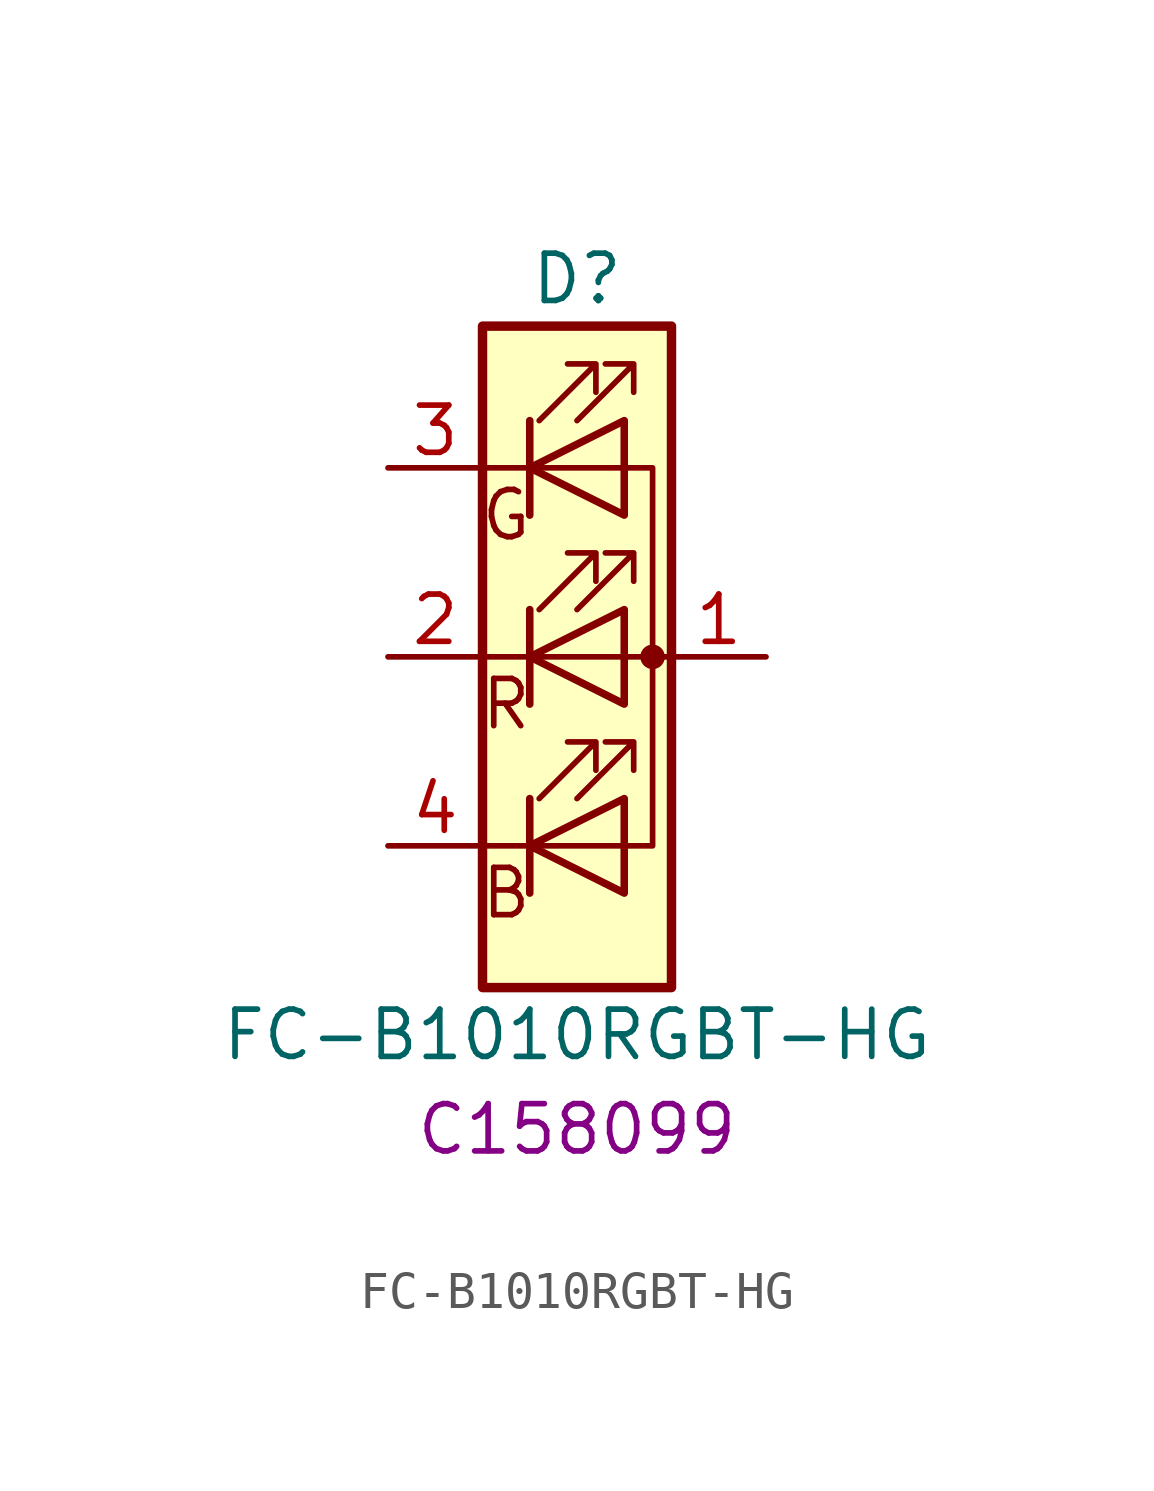
<source format=kicad_sym>
(kicad_symbol_lib
  (version 20211014)
  (generator kicad_symbol_editor)
  (symbol "FC-B1010RGBT-HG"
    (pin_names
      (offset 0) hide)
    (property "Reference" "D"
      (at 0 10.16 0)
      (effects (font (size 1.27 1.27))))
    (property "Value" "FC-B1010RGBT-HG"
      (at 0 -10.16 0)
      (effects (font (size 1.27 1.27))))
    (property "LCSC" "C158099"
      (at 0 -12.7 0)
      (effects (font (size 1.27 1.27))))
    (symbol "FC-B1010RGBT-HG_0_0"
      (text "B" (at -1.905 -6.35 0) (effects (font (size 1.27 1.27))))
      (text "G" (at -1.905 3.81 0) (effects (font (size 1.27 1.27))))
      (text "R" (at -1.905 -1.27 0) (effects (font (size 1.27 1.27)))))
    (symbol "FC-B1010RGBT-HG_0_1"
      (rectangle (start -2.54 -8.89) (end 2.54 8.89) (stroke (width 0.254) (type default) (color 0 0 0 0)) (fill (type background)))
      (polyline (pts (xy -2.54 -5.08) (xy 1.27 -5.08)) (stroke (width 0) (type default) (color 0 0 0 0)) (fill (type none)))
      (polyline (pts (xy -1.27 -3.81) (xy -1.27 -6.35)) (stroke (width 0.203) (type default) (color 0 0 0 0)) (fill (type none)))
      (polyline (pts (xy -1.27 1.27) (xy -1.27 -1.27)) (stroke (width 0.203) (type default) (color 0 0 0 0)) (fill (type none)))
      (polyline (pts (xy -1.27 6.35) (xy -1.27 3.81)) (stroke (width 0.203) (type default) (color 0 0 0 0)) (fill (type none)))
      (polyline (pts (xy 1.27 5.08) (xy -2.54 5.08)) (stroke (width 0) (type default) (color 0 0 0 0)) (fill (type none)))
      (polyline (pts (xy 2.54 0) (xy -2.54 0)) (stroke (width 0) (type default) (color 0 0 0 0)) (fill (type none)))
      (polyline (pts (xy 1.27 -5.08) (xy 2.032 -5.08) (xy 2.032 5.08) (xy 1.27 5.08)) (stroke (width 0) (type default) (color 0 0 0 0)) (fill (type none)))
      (polyline (pts (xy 1.27 -3.81) (xy 1.27 -6.35) (xy -1.27 -5.08) (xy 1.27 -3.81)) (stroke (width 0.203) (type default) (color 0 0 0 0)) (fill (type none)))
      (polyline (pts (xy 1.27 1.27) (xy 1.27 -1.27) (xy -1.27 0) (xy 1.27 1.27)) (stroke (width 0.203) (type default) (color 0 0 0 0)) (fill (type none)))
      (polyline (pts (xy 1.27 6.35) (xy 1.27 3.81) (xy -1.27 5.08) (xy 1.27 6.35)) (stroke (width 0.203) (type default) (color 0 0 0 0)) (fill (type none)))
      (polyline (pts (xy -1.016 -3.81) (xy 0.508 -2.286) (xy -0.254 -2.286) (xy 0.508 -2.286) (xy 0.508 -3.048)) (stroke (width 0) (type default) (color 0 0 0 0)) (fill (type none)))
      (polyline (pts (xy -1.016 1.27) (xy 0.508 2.794) (xy -0.254 2.794) (xy 0.508 2.794) (xy 0.508 2.032)) (stroke (width 0) (type default) (color 0 0 0 0)) (fill (type none)))
      (polyline (pts (xy -1.016 6.35) (xy 0.508 7.874) (xy -0.254 7.874) (xy 0.508 7.874) (xy 0.508 7.112)) (stroke (width 0) (type default) (color 0 0 0 0)) (fill (type none)))
      (polyline (pts (xy 0 -3.81) (xy 1.524 -2.286) (xy 0.762 -2.286) (xy 1.524 -2.286) (xy 1.524 -3.048)) (stroke (width 0) (type default) (color 0 0 0 0)) (fill (type none)))
      (polyline (pts (xy 0 1.27) (xy 1.524 2.794) (xy 0.762 2.794) (xy 1.524 2.794) (xy 1.524 2.032)) (stroke (width 0) (type default) (color 0 0 0 0)) (fill (type none)))
      (polyline (pts (xy 0 6.35) (xy 1.524 7.874) (xy 0.762 7.874) (xy 1.524 7.874) (xy 1.524 7.112)) (stroke (width 0) (type default) (color 0 0 0 0)) (fill (type none)))
      (rectangle (start 1.27 6.35) (end 1.27 6.35) (stroke (width 0) (type default) (color 0 0 0 0)) (fill (type none)))
      (circle (center 2.032 0) (radius 0.254) (stroke (width 0) (type default) (color 0 0 0 0)) (fill (type outline))))
    (symbol "FC-B1010RGBT-HG_1_1"
      (pin power_in line (at 5.08 0 180) (length 2.54) (name "A" (effects (font (size 1.27 1.27)))) (number "1" (effects (font (size 1.27 1.27)))))
      (pin input line (at -5.08 0 0) (length 2.54) (name "R" (effects (font (size 1.27 1.27)))) (number "2" (effects (font (size 1.27 1.27)))))
      (pin input line (at -5.08 5.08 0) (length 2.54) (name "G" (effects (font (size 1.27 1.27)))) (number "3" (effects (font (size 1.27 1.27)))))
      (pin input line (at -5.08 -5.08 0) (length 2.54) (name "B" (effects (font (size 1.27 1.27)))) (number "4" (effects (font (size 1.27 1.27))))))))
</source>
